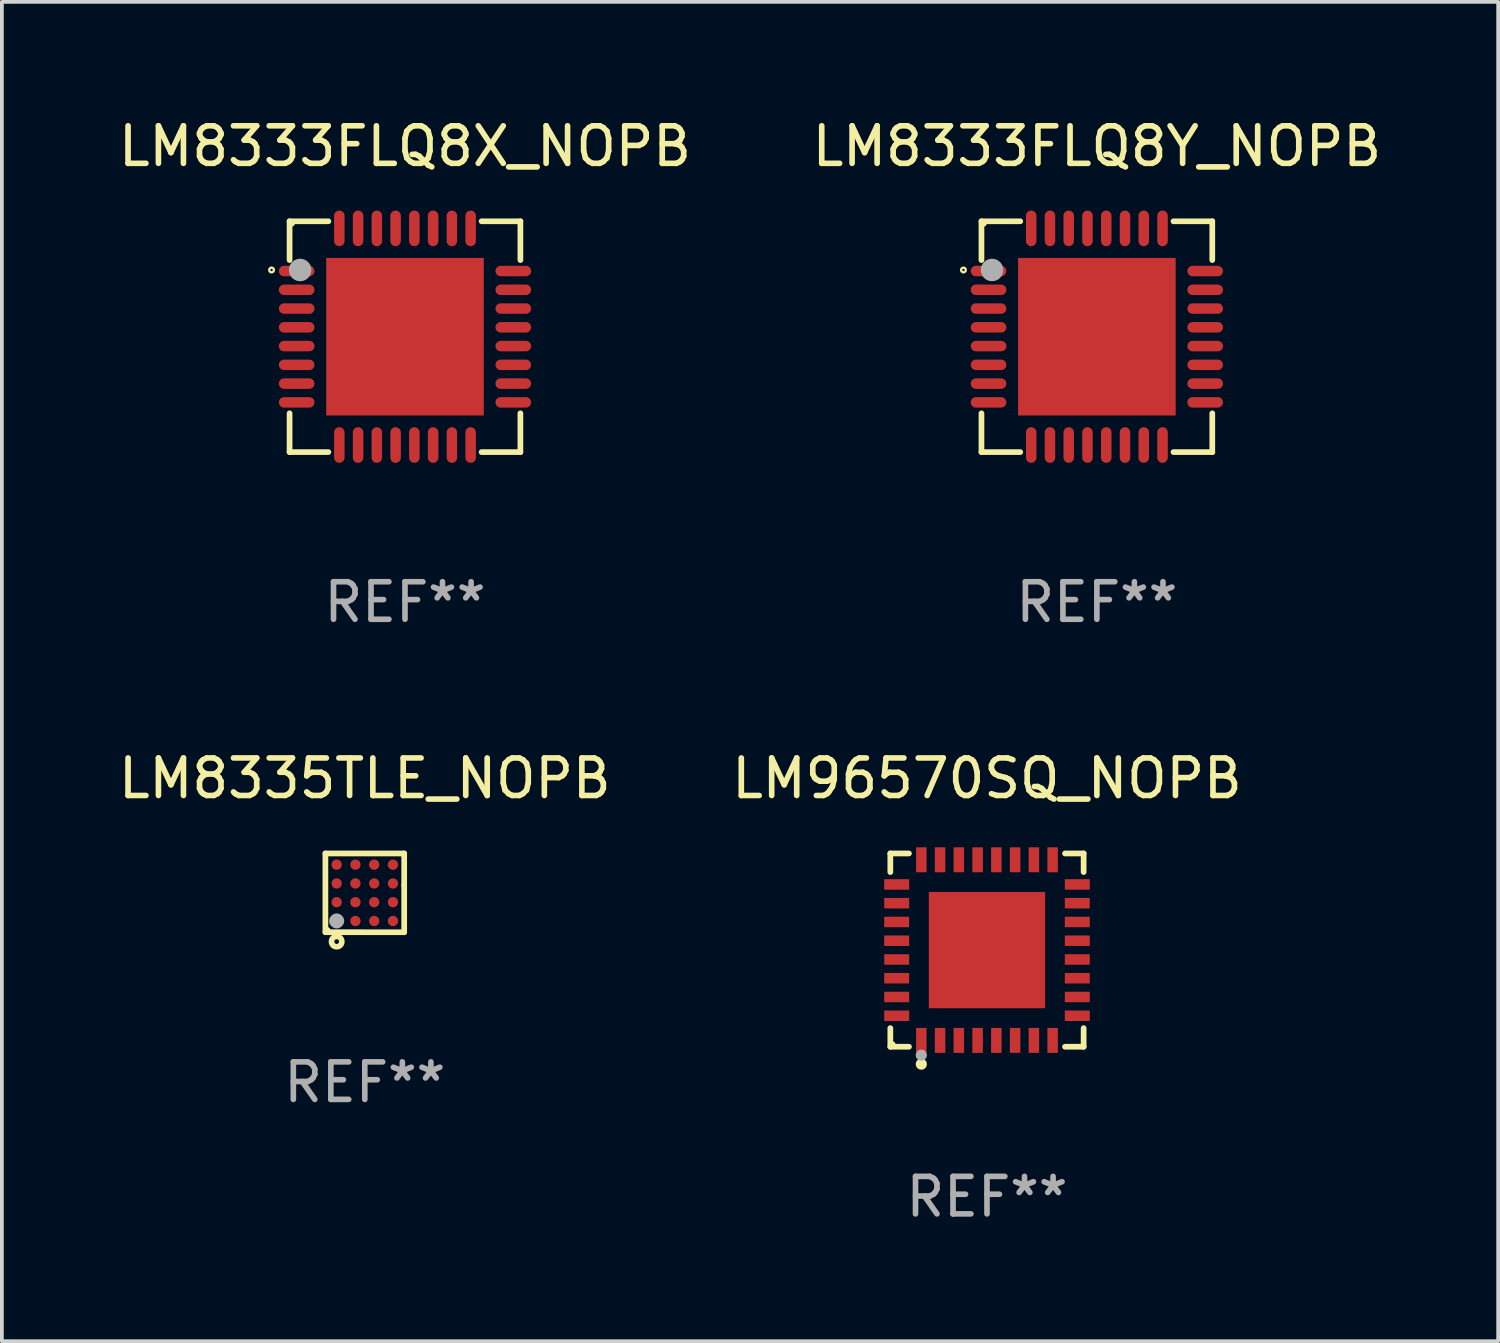
<source format=kicad_pcb>
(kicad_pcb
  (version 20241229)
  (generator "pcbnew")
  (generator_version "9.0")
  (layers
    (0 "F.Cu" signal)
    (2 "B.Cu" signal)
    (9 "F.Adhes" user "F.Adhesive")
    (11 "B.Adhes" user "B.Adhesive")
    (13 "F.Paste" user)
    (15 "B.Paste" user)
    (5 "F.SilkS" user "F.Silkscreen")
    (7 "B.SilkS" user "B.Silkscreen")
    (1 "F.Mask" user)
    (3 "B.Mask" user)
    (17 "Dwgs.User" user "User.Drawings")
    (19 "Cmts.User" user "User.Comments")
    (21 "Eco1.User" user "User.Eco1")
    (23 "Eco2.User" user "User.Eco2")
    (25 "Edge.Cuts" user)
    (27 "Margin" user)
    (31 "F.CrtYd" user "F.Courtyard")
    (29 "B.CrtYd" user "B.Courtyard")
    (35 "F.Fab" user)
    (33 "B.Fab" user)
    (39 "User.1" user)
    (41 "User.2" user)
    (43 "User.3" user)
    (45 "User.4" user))
  (footprint "LM8335TLE_NOPB"
    (layer "F.Cu")
    (at 6.673 20.747)
    (property "Reference" "LM8335TLE_NOPB" (at 0 -3.05 0) (layer "F.SilkS") (effects (font (size 1 1) (thickness 0.15))))
    (attr through_hole)
    (fp_line (start -1.05 1.049) (end 1.05 1.05) (stroke (width 0.152) (type solid)) (layer "F.SilkS"))
    (fp_line (start -1.05 -1.05) (end -1.05 1.049) (stroke (width 0.152) (type solid)) (layer "F.SilkS"))
    (fp_line (start 1.05 -1.05) (end -1.05 -1.05) (stroke (width 0.152) (type solid)) (layer "F.SilkS"))
    (fp_line (start 1.05 -0.199) (end 1.05 -1.05) (stroke (width 0.152) (type solid)) (layer "F.SilkS"))
    (fp_line (start 1.05 1.05) (end 1.05 -0.199) (stroke (width 0.152) (type solid)) (layer "F.SilkS"))
    (fp_circle (center -0.98 0.979) (end -0.95 0.979) (stroke (width 0.06) (type solid)) (fill no) (layer "F.SilkS"))
    (fp_circle (center -0.75 1.299) (end -0.687 1.299) (stroke (width 0.15) (type solid)) (fill no) (layer "F.SilkS"))
    (fp_circle (center -0.75 0.749) (end -0.65 0.749) (stroke (width 0.2) (type solid)) (fill no) (layer "F.Fab"))
    (fp_text user "REF**" (at 0 5.05 0) (layer "F.Fab") (effects (font (size 1 1) (thickness 0.15))))
    (pad "A1" smd circle (at -0.75 0.749) (size 0.275 0.275) (layers "F.Cu" "F.Mask" "F.Paste"))
    (pad "A2" smd circle (at -0.75 0.249) (size 0.275 0.275) (layers "F.Cu" "F.Mask" "F.Paste"))
    (pad "A3" smd circle (at -0.75 -0.25) (size 0.275 0.275) (layers "F.Cu" "F.Mask" "F.Paste"))
    (pad "A4" smd circle (at -0.75 -0.751) (size 0.275 0.275) (layers "F.Cu" "F.Mask" "F.Paste"))
    (pad "B1" smd circle (at -0.25 0.75) (size 0.275 0.275) (layers "F.Cu" "F.Mask" "F.Paste"))
    (pad "B2" smd circle (at -0.25 0.249) (size 0.275 0.275) (layers "F.Cu" "F.Mask" "F.Paste"))
    (pad "B3" smd circle (at -0.25 -0.25) (size 0.275 0.275) (layers "F.Cu" "F.Mask" "F.Paste"))
    (pad "B4" smd circle (at -0.25 -0.751) (size 0.275 0.275) (layers "F.Cu" "F.Mask" "F.Paste"))
    (pad "C1" smd circle (at 0.25 0.75) (size 0.275 0.275) (layers "F.Cu" "F.Mask" "F.Paste"))
    (pad "C2" smd circle (at 0.25 0.249) (size 0.275 0.275) (layers "F.Cu" "F.Mask" "F.Paste"))
    (pad "C3" smd circle (at 0.25 -0.25) (size 0.275 0.275) (layers "F.Cu" "F.Mask" "F.Paste"))
    (pad "C4" smd circle (at 0.25 -0.751) (size 0.275 0.275) (layers "F.Cu" "F.Mask" "F.Paste"))
    (pad "D1" smd circle (at 0.75 0.75) (size 0.275 0.275) (layers "F.Cu" "F.Mask" "F.Paste"))
    (pad "D2" smd circle (at 0.75 0.249) (size 0.275 0.275) (layers "F.Cu" "F.Mask" "F.Paste"))
    (pad "D3" smd circle (at 0.75 -0.25) (size 0.275 0.275) (layers "F.Cu" "F.Mask" "F.Paste"))
    (pad "D4" smd circle (at 0.75 -0.751) (size 0.275 0.275) (layers "F.Cu" "F.Mask" "F.Paste")))
  (footprint "LM8333FLQ8X_NOPB"
    (layer "F.Cu")
    (at 7.744 5.924)
    (property "Reference" "LM8333FLQ8X_NOPB" (at 0 -5.076 0) (layer "F.SilkS") (effects (font (size 1 1) (thickness 0.15))))
    (attr through_hole)
    (fp_line (start -3.076 -3.076) (end -2.042 -3.076) (stroke (width 0.152) (type solid)) (layer "F.SilkS"))
    (fp_line (start -3.076 -2.042) (end -3.076 -3.076) (stroke (width 0.152) (type solid)) (layer "F.SilkS"))
    (fp_line (start -3.076 2.042) (end -3.076 3.076) (stroke (width 0.152) (type solid)) (layer "F.SilkS"))
    (fp_line (start -3.076 3.076) (end -2.042 3.076) (stroke (width 0.152) (type solid)) (layer "F.SilkS"))
    (fp_line (start 3.076 -3.076) (end 2.042 -3.076) (stroke (width 0.152) (type solid)) (layer "F.SilkS"))
    (fp_line (start 3.076 -2.042) (end 3.076 -3.076) (stroke (width 0.152) (type solid)) (layer "F.SilkS"))
    (fp_line (start 3.076 2.042) (end 3.076 3.076) (stroke (width 0.152) (type solid)) (layer "F.SilkS"))
    (fp_line (start 3.076 3.076) (end 2.042 3.076) (stroke (width 0.152) (type solid)) (layer "F.SilkS"))
    (fp_circle (center -3.556 -1.778) (end -3.525 -1.778) (stroke (width 0.063) (type solid)) (fill no) (layer "F.SilkS"))
    (fp_circle (center -3 -3) (end -2.97 -3) (stroke (width 0.06) (type solid)) (fill no) (layer "F.SilkS"))
    (fp_circle (center -2.794 -1.778) (end -2.644 -1.778) (stroke (width 0.3) (type solid)) (fill no) (layer "F.Fab"))
    (fp_text user "REF**" (at 0 7.076 0) (layer "F.Fab") (effects (font (size 1 1) (thickness 0.15))))
    (pad "1" smd oval (at -2.887 -1.75) (size 0.95 0.28) (layers "F.Cu" "F.Mask" "F.Paste"))
    (pad "2" smd oval (at -2.887 -1.25) (size 0.95 0.28) (layers "F.Cu" "F.Mask" "F.Paste"))
    (pad "3" smd oval (at -2.887 -0.75) (size 0.95 0.28) (layers "F.Cu" "F.Mask" "F.Paste"))
    (pad "4" smd oval (at -2.887 -0.25) (size 0.95 0.28) (layers "F.Cu" "F.Mask" "F.Paste"))
    (pad "5" smd oval (at -2.887 0.25) (size 0.95 0.28) (layers "F.Cu" "F.Mask" "F.Paste"))
    (pad "6" smd oval (at -2.887 0.75) (size 0.95 0.28) (layers "F.Cu" "F.Mask" "F.Paste"))
    (pad "7" smd oval (at -2.887 1.25) (size 0.95 0.28) (layers "F.Cu" "F.Mask" "F.Paste"))
    (pad "8" smd oval (at -2.887 1.75) (size 0.95 0.28) (layers "F.Cu" "F.Mask" "F.Paste"))
    (pad "9" smd oval (at -1.75 2.887) (size 0.28 0.95) (layers "F.Cu" "F.Mask" "F.Paste"))
    (pad "10" smd oval (at -1.25 2.887) (size 0.28 0.95) (layers "F.Cu" "F.Mask" "F.Paste"))
    (pad "11" smd oval (at -0.75 2.887) (size 0.28 0.95) (layers "F.Cu" "F.Mask" "F.Paste"))
    (pad "12" smd oval (at -0.25 2.887) (size 0.28 0.95) (layers "F.Cu" "F.Mask" "F.Paste"))
    (pad "13" smd oval (at 0.25 2.887) (size 0.28 0.95) (layers "F.Cu" "F.Mask" "F.Paste"))
    (pad "14" smd oval (at 0.75 2.887) (size 0.28 0.95) (layers "F.Cu" "F.Mask" "F.Paste"))
    (pad "15" smd oval (at 1.25 2.887) (size 0.28 0.95) (layers "F.Cu" "F.Mask" "F.Paste"))
    (pad "16" smd oval (at 1.75 2.887) (size 0.28 0.95) (layers "F.Cu" "F.Mask" "F.Paste"))
    (pad "17" smd oval (at 2.887 1.75) (size 0.95 0.28) (layers "F.Cu" "F.Mask" "F.Paste"))
    (pad "18" smd oval (at 2.887 1.25) (size 0.95 0.28) (layers "F.Cu" "F.Mask" "F.Paste"))
    (pad "19" smd oval (at 2.887 0.75) (size 0.95 0.28) (layers "F.Cu" "F.Mask" "F.Paste"))
    (pad "20" smd oval (at 2.887 0.25) (size 0.95 0.28) (layers "F.Cu" "F.Mask" "F.Paste"))
    (pad "21" smd oval (at 2.887 -0.25) (size 0.95 0.28) (layers "F.Cu" "F.Mask" "F.Paste"))
    (pad "22" smd oval (at 2.887 -0.75) (size 0.95 0.28) (layers "F.Cu" "F.Mask" "F.Paste"))
    (pad "23" smd oval (at 2.887 -1.25) (size 0.95 0.28) (layers "F.Cu" "F.Mask" "F.Paste"))
    (pad "24" smd oval (at 2.887 -1.75) (size 0.95 0.28) (layers "F.Cu" "F.Mask" "F.Paste"))
    (pad "25" smd oval (at 1.75 -2.887) (size 0.28 0.95) (layers "F.Cu" "F.Mask" "F.Paste"))
    (pad "26" smd oval (at 1.25 -2.887) (size 0.28 0.95) (layers "F.Cu" "F.Mask" "F.Paste"))
    (pad "27" smd oval (at 0.75 -2.887) (size 0.28 0.95) (layers "F.Cu" "F.Mask" "F.Paste"))
    (pad "28" smd oval (at 0.25 -2.887) (size 0.28 0.95) (layers "F.Cu" "F.Mask" "F.Paste"))
    (pad "29" smd oval (at -0.25 -2.887) (size 0.28 0.95) (layers "F.Cu" "F.Mask" "F.Paste"))
    (pad "30" smd oval (at -0.75 -2.887) (size 0.28 0.95) (layers "F.Cu" "F.Mask" "F.Paste"))
    (pad "31" smd oval (at -1.25 -2.887) (size 0.28 0.95) (layers "F.Cu" "F.Mask" "F.Paste"))
    (pad "32" smd oval (at -1.75 -2.887) (size 0.28 0.95) (layers "F.Cu" "F.Mask" "F.Paste"))
    (pad "33" smd rect (at 0 0) (size 4.2 4.2) (layers "F.Cu" "F.Mask" "F.Paste")))
  (footprint "LM8333FLQ8Y_NOPB"
    (layer "F.Cu")
    (at 26.185 5.924)
    (property "Reference" "LM8333FLQ8Y_NOPB" (at 0 -5.076 0) (layer "F.SilkS") (effects (font (size 1 1) (thickness 0.15))))
    (attr through_hole)
    (fp_line (start -3.076 -3.076) (end -2.042 -3.076) (stroke (width 0.152) (type solid)) (layer "F.SilkS"))
    (fp_line (start -3.076 -2.042) (end -3.076 -3.076) (stroke (width 0.152) (type solid)) (layer "F.SilkS"))
    (fp_line (start -3.076 2.042) (end -3.076 3.076) (stroke (width 0.152) (type solid)) (layer "F.SilkS"))
    (fp_line (start -3.076 3.076) (end -2.042 3.076) (stroke (width 0.152) (type solid)) (layer "F.SilkS"))
    (fp_line (start 3.076 -3.076) (end 2.042 -3.076) (stroke (width 0.152) (type solid)) (layer "F.SilkS"))
    (fp_line (start 3.076 -2.042) (end 3.076 -3.076) (stroke (width 0.152) (type solid)) (layer "F.SilkS"))
    (fp_line (start 3.076 2.042) (end 3.076 3.076) (stroke (width 0.152) (type solid)) (layer "F.SilkS"))
    (fp_line (start 3.076 3.076) (end 2.042 3.076) (stroke (width 0.152) (type solid)) (layer "F.SilkS"))
    (fp_circle (center -3.556 -1.778) (end -3.525 -1.778) (stroke (width 0.063) (type solid)) (fill no) (layer "F.SilkS"))
    (fp_circle (center -3 -3) (end -2.97 -3) (stroke (width 0.06) (type solid)) (fill no) (layer "F.SilkS"))
    (fp_circle (center -2.794 -1.778) (end -2.644 -1.778) (stroke (width 0.3) (type solid)) (fill no) (layer "F.Fab"))
    (fp_text user "REF**" (at 0 7.076 0) (layer "F.Fab") (effects (font (size 1 1) (thickness 0.15))))
    (pad "1" smd oval (at -2.887 -1.75) (size 0.95 0.28) (layers "F.Cu" "F.Mask" "F.Paste"))
    (pad "2" smd oval (at -2.887 -1.25) (size 0.95 0.28) (layers "F.Cu" "F.Mask" "F.Paste"))
    (pad "3" smd oval (at -2.887 -0.75) (size 0.95 0.28) (layers "F.Cu" "F.Mask" "F.Paste"))
    (pad "4" smd oval (at -2.887 -0.25) (size 0.95 0.28) (layers "F.Cu" "F.Mask" "F.Paste"))
    (pad "5" smd oval (at -2.887 0.25) (size 0.95 0.28) (layers "F.Cu" "F.Mask" "F.Paste"))
    (pad "6" smd oval (at -2.887 0.75) (size 0.95 0.28) (layers "F.Cu" "F.Mask" "F.Paste"))
    (pad "7" smd oval (at -2.887 1.25) (size 0.95 0.28) (layers "F.Cu" "F.Mask" "F.Paste"))
    (pad "8" smd oval (at -2.887 1.75) (size 0.95 0.28) (layers "F.Cu" "F.Mask" "F.Paste"))
    (pad "9" smd oval (at -1.75 2.887) (size 0.28 0.95) (layers "F.Cu" "F.Mask" "F.Paste"))
    (pad "10" smd oval (at -1.25 2.887) (size 0.28 0.95) (layers "F.Cu" "F.Mask" "F.Paste"))
    (pad "11" smd oval (at -0.75 2.887) (size 0.28 0.95) (layers "F.Cu" "F.Mask" "F.Paste"))
    (pad "12" smd oval (at -0.25 2.887) (size 0.28 0.95) (layers "F.Cu" "F.Mask" "F.Paste"))
    (pad "13" smd oval (at 0.25 2.887) (size 0.28 0.95) (layers "F.Cu" "F.Mask" "F.Paste"))
    (pad "14" smd oval (at 0.75 2.887) (size 0.28 0.95) (layers "F.Cu" "F.Mask" "F.Paste"))
    (pad "15" smd oval (at 1.25 2.887) (size 0.28 0.95) (layers "F.Cu" "F.Mask" "F.Paste"))
    (pad "16" smd oval (at 1.75 2.887) (size 0.28 0.95) (layers "F.Cu" "F.Mask" "F.Paste"))
    (pad "17" smd oval (at 2.887 1.75) (size 0.95 0.28) (layers "F.Cu" "F.Mask" "F.Paste"))
    (pad "18" smd oval (at 2.887 1.25) (size 0.95 0.28) (layers "F.Cu" "F.Mask" "F.Paste"))
    (pad "19" smd oval (at 2.887 0.75) (size 0.95 0.28) (layers "F.Cu" "F.Mask" "F.Paste"))
    (pad "20" smd oval (at 2.887 0.25) (size 0.95 0.28) (layers "F.Cu" "F.Mask" "F.Paste"))
    (pad "21" smd oval (at 2.887 -0.25) (size 0.95 0.28) (layers "F.Cu" "F.Mask" "F.Paste"))
    (pad "22" smd oval (at 2.887 -0.75) (size 0.95 0.28) (layers "F.Cu" "F.Mask" "F.Paste"))
    (pad "23" smd oval (at 2.887 -1.25) (size 0.95 0.28) (layers "F.Cu" "F.Mask" "F.Paste"))
    (pad "24" smd oval (at 2.887 -1.75) (size 0.95 0.28) (layers "F.Cu" "F.Mask" "F.Paste"))
    (pad "25" smd oval (at 1.75 -2.887) (size 0.28 0.95) (layers "F.Cu" "F.Mask" "F.Paste"))
    (pad "26" smd oval (at 1.25 -2.887) (size 0.28 0.95) (layers "F.Cu" "F.Mask" "F.Paste"))
    (pad "27" smd oval (at 0.75 -2.887) (size 0.28 0.95) (layers "F.Cu" "F.Mask" "F.Paste"))
    (pad "28" smd oval (at 0.25 -2.887) (size 0.28 0.95) (layers "F.Cu" "F.Mask" "F.Paste"))
    (pad "29" smd oval (at -0.25 -2.887) (size 0.28 0.95) (layers "F.Cu" "F.Mask" "F.Paste"))
    (pad "30" smd oval (at -0.75 -2.887) (size 0.28 0.95) (layers "F.Cu" "F.Mask" "F.Paste"))
    (pad "31" smd oval (at -1.25 -2.887) (size 0.28 0.95) (layers "F.Cu" "F.Mask" "F.Paste"))
    (pad "32" smd oval (at -1.75 -2.887) (size 0.28 0.95) (layers "F.Cu" "F.Mask" "F.Paste"))
    (pad "33" smd rect (at 0 0) (size 4.2 4.2) (layers "F.Cu" "F.Mask" "F.Paste")))
  (footprint "LM96570SQ_NOPB"
    (layer "F.Cu")
    (at 23.256 22.273)
    (property "Reference" "LM96570SQ_NOPB" (at 0 -4.576 0) (layer "F.SilkS") (effects (font (size 1 1) (thickness 0.15))))
    (attr through_hole)
    (fp_line (start -2.576 -2.576) (end -2.08 -2.576) (stroke (width 0.152) (type solid)) (layer "F.SilkS"))
    (fp_line (start -2.576 -2.08) (end -2.576 -2.576) (stroke (width 0.152) (type solid)) (layer "F.SilkS"))
    (fp_line (start -2.576 2.08) (end -2.576 2.576) (stroke (width 0.152) (type solid)) (layer "F.SilkS"))
    (fp_line (start -2.576 2.576) (end -2.08 2.576) (stroke (width 0.152) (type solid)) (layer "F.SilkS"))
    (fp_line (start 2.576 -2.576) (end 2.08 -2.576) (stroke (width 0.152) (type solid)) (layer "F.SilkS"))
    (fp_line (start 2.576 -2.08) (end 2.576 -2.576) (stroke (width 0.152) (type solid)) (layer "F.SilkS"))
    (fp_line (start 2.576 2.08) (end 2.576 2.576) (stroke (width 0.152) (type solid)) (layer "F.SilkS"))
    (fp_line (start 2.576 2.576) (end 2.08 2.576) (stroke (width 0.152) (type solid)) (layer "F.SilkS"))
    (fp_circle (center -2.5 2.5) (end -2.47 2.5) (stroke (width 0.06) (type solid)) (fill no) (layer "F.SilkS"))
    (fp_circle (center -1.75 3.04) (end -1.675 3.04) (stroke (width 0.15) (type solid)) (fill no) (layer "F.SilkS"))
    (fp_circle (center -1.75 2.8) (end -1.675 2.8) (stroke (width 0.15) (type solid)) (fill no) (layer "F.Fab"))
    (fp_text user "REF**" (at 0 6.576 0) (layer "F.Fab") (effects (font (size 1 1) (thickness 0.15))))
    (pad "1" smd rect (at -1.75 2.407) (size 0.28 0.665) (layers "F.Cu" "F.Mask" "F.Paste"))
    (pad "2" smd rect (at -1.25 2.407) (size 0.28 0.665) (layers "F.Cu" "F.Mask" "F.Paste"))
    (pad "3" smd rect (at -0.75 2.407) (size 0.28 0.665) (layers "F.Cu" "F.Mask" "F.Paste"))
    (pad "4" smd rect (at -0.25 2.407) (size 0.28 0.665) (layers "F.Cu" "F.Mask" "F.Paste"))
    (pad "5" smd rect (at 0.25 2.407) (size 0.28 0.665) (layers "F.Cu" "F.Mask" "F.Paste"))
    (pad "6" smd rect (at 0.75 2.407) (size 0.28 0.665) (layers "F.Cu" "F.Mask" "F.Paste"))
    (pad "7" smd rect (at 1.25 2.407) (size 0.28 0.665) (layers "F.Cu" "F.Mask" "F.Paste"))
    (pad "8" smd rect (at 1.75 2.407) (size 0.28 0.665) (layers "F.Cu" "F.Mask" "F.Paste"))
    (pad "9" smd rect (at 2.407 1.75) (size 0.665 0.28) (layers "F.Cu" "F.Mask" "F.Paste"))
    (pad "10" smd rect (at 2.407 1.25) (size 0.665 0.28) (layers "F.Cu" "F.Mask" "F.Paste"))
    (pad "11" smd rect (at 2.407 0.75) (size 0.665 0.28) (layers "F.Cu" "F.Mask" "F.Paste"))
    (pad "12" smd rect (at 2.407 0.25) (size 0.665 0.28) (layers "F.Cu" "F.Mask" "F.Paste"))
    (pad "13" smd rect (at 2.407 -0.25) (size 0.665 0.28) (layers "F.Cu" "F.Mask" "F.Paste"))
    (pad "14" smd rect (at 2.407 -0.75) (size 0.665 0.28) (layers "F.Cu" "F.Mask" "F.Paste"))
    (pad "15" smd rect (at 2.407 -1.25) (size 0.665 0.28) (layers "F.Cu" "F.Mask" "F.Paste"))
    (pad "16" smd rect (at 2.407 -1.75) (size 0.665 0.28) (layers "F.Cu" "F.Mask" "F.Paste"))
    (pad "17" smd rect (at 1.75 -2.407) (size 0.28 0.665) (layers "F.Cu" "F.Mask" "F.Paste"))
    (pad "18" smd rect (at 1.25 -2.407) (size 0.28 0.665) (layers "F.Cu" "F.Mask" "F.Paste"))
    (pad "19" smd rect (at 0.75 -2.407) (size 0.28 0.665) (layers "F.Cu" "F.Mask" "F.Paste"))
    (pad "20" smd rect (at 0.25 -2.407) (size 0.28 0.665) (layers "F.Cu" "F.Mask" "F.Paste"))
    (pad "21" smd rect (at -0.25 -2.407) (size 0.28 0.665) (layers "F.Cu" "F.Mask" "F.Paste"))
    (pad "22" smd rect (at -0.75 -2.407) (size 0.28 0.665) (layers "F.Cu" "F.Mask" "F.Paste"))
    (pad "23" smd rect (at -1.25 -2.407) (size 0.28 0.665) (layers "F.Cu" "F.Mask" "F.Paste"))
    (pad "24" smd rect (at -1.75 -2.407) (size 0.28 0.665) (layers "F.Cu" "F.Mask" "F.Paste"))
    (pad "25" smd rect (at -2.407 -1.75) (size 0.665 0.28) (layers "F.Cu" "F.Mask" "F.Paste"))
    (pad "26" smd rect (at -2.407 -1.25) (size 0.665 0.28) (layers "F.Cu" "F.Mask" "F.Paste"))
    (pad "27" smd rect (at -2.407 -0.75) (size 0.665 0.28) (layers "F.Cu" "F.Mask" "F.Paste"))
    (pad "28" smd rect (at -2.407 -0.25) (size 0.665 0.28) (layers "F.Cu" "F.Mask" "F.Paste"))
    (pad "29" smd rect (at -2.407 0.25) (size 0.665 0.28) (layers "F.Cu" "F.Mask" "F.Paste"))
    (pad "30" smd rect (at -2.407 0.75) (size 0.665 0.28) (layers "F.Cu" "F.Mask" "F.Paste"))
    (pad "31" smd rect (at -2.407 1.25) (size 0.665 0.28) (layers "F.Cu" "F.Mask" "F.Paste"))
    (pad "32" smd rect (at -2.407 1.75) (size 0.665 0.28) (layers "F.Cu" "F.Mask" "F.Paste"))
    (pad "33" smd rect (at 0 0) (size 3.1 3.1) (layers "F.Cu" "F.Mask" "F.Paste")))
  (gr_rect
    (start -3 -3)
    (end 36.881 32.698)
    (stroke (width 0.1) (type default))
    (fill no)
    (layer "Edge.Cuts")))
</source>
